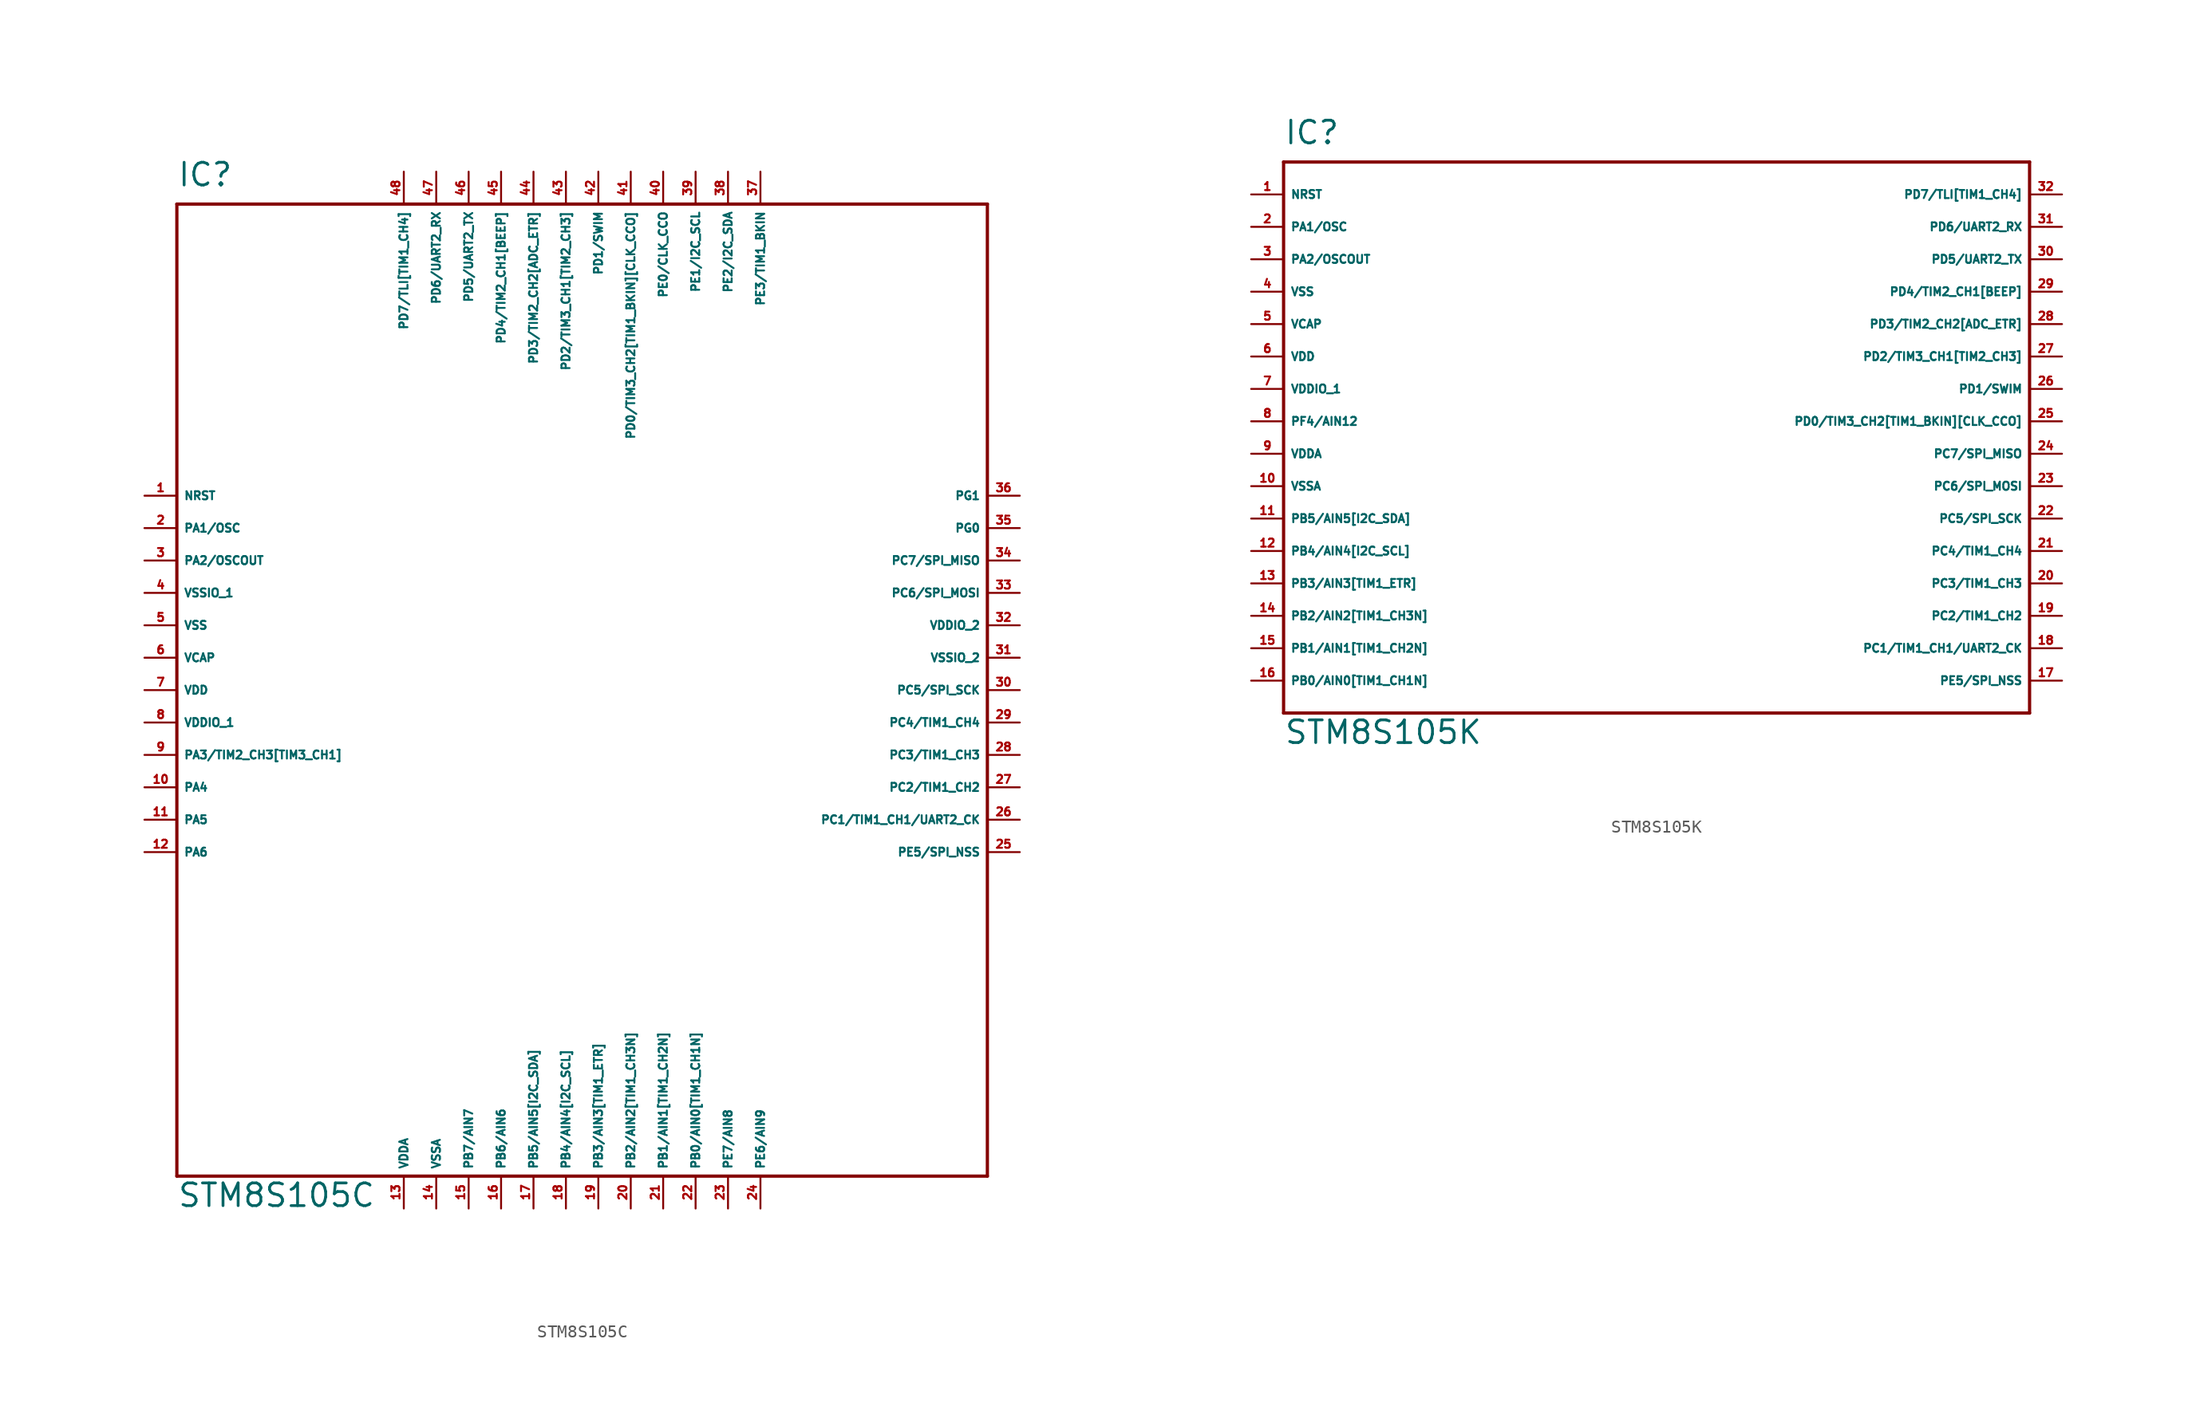
<source format=kicad_sym>
(kicad_symbol_lib
  (version 20220914)
  (generator Eagle2Kicad)
  (symbol "STM8S105C"
    (property "Reference" "IC"
      (at -33.02 36.83 0)
      (effects (font (size 1.778 1.778) (thickness 0.22)) (justify left bottom)))
    (property "Value" "STM8S105C"
      (at -33.02 -43.18 0)
      (effects (font (size 1.778 1.778) (thickness 0.22)) (justify left bottom)))
    (polyline
      (pts (xy -33.02 -40.64) (xy 30.48 -40.64))
      (stroke (width 0.254) (type default))
      (fill (type none)))
    (polyline
      (pts (xy 30.48 -40.64) (xy 30.48 35.56))
      (stroke (width 0.254) (type default))
      (fill (type none)))
    (polyline
      (pts (xy 30.48 35.56) (xy -33.02 35.56))
      (stroke (width 0.254) (type default))
      (fill (type none)))
    (polyline
      (pts (xy -33.02 35.56) (xy -33.02 -40.64))
      (stroke (width 0.254) (type default))
      (fill (type none)))
    (pin bidirectional line
      (at -35.56 12.7 0)
      (length 2.54)
      (name "NRST" (effects (font (size 0.635 0.635) (thickness 0.08)) (justify left bottom)))
      (number "1" (effects (font (size 0.635 0.635) (thickness 0.08)) (justify left bottom))))
    (pin bidirectional line
      (at -35.56 10.16 0)
      (length 2.54)
      (name "PA1/OSC" (effects (font (size 0.635 0.635) (thickness 0.08)) (justify left bottom)))
      (number "2" (effects (font (size 0.635 0.635) (thickness 0.08)) (justify left bottom))))
    (pin bidirectional line
      (at -35.56 7.62 0)
      (length 2.54)
      (name "PA2/OSCOUT" (effects (font (size 0.635 0.635) (thickness 0.08)) (justify left bottom)))
      (number "3" (effects (font (size 0.635 0.635) (thickness 0.08)) (justify left bottom))))
    (pin unspecified line
      (at -35.56 5.08 0)
      (length 2.54)
      (name "VSSIO_1" (effects (font (size 0.635 0.635) (thickness 0.08)) (justify left bottom)))
      (number "4" (effects (font (size 0.635 0.635) (thickness 0.08)) (justify left bottom))))
    (pin unspecified line
      (at -35.56 2.54 0)
      (length 2.54)
      (name "VSS" (effects (font (size 0.635 0.635) (thickness 0.08)) (justify left bottom)))
      (number "5" (effects (font (size 0.635 0.635) (thickness 0.08)) (justify left bottom))))
    (pin unspecified line
      (at -35.56 0 0)
      (length 2.54)
      (name "VCAP" (effects (font (size 0.635 0.635) (thickness 0.08)) (justify left bottom)))
      (number "6" (effects (font (size 0.635 0.635) (thickness 0.08)) (justify left bottom))))
    (pin unspecified line
      (at -35.56 -2.54 0)
      (length 2.54)
      (name "VDD" (effects (font (size 0.635 0.635) (thickness 0.08)) (justify left bottom)))
      (number "7" (effects (font (size 0.635 0.635) (thickness 0.08)) (justify left bottom))))
    (pin unspecified line
      (at -35.56 -5.08 0)
      (length 2.54)
      (name "VDDIO_1" (effects (font (size 0.635 0.635) (thickness 0.08)) (justify left bottom)))
      (number "8" (effects (font (size 0.635 0.635) (thickness 0.08)) (justify left bottom))))
    (pin bidirectional line
      (at -35.56 -7.62 0)
      (length 2.54)
      (name "PA3/TIM2_CH3[TIM3_CH1]" (effects (font (size 0.635 0.635) (thickness 0.08)) (justify left bottom)))
      (number "9" (effects (font (size 0.635 0.635) (thickness 0.08)) (justify left bottom))))
    (pin bidirectional line
      (at -35.56 -10.16 0)
      (length 2.54)
      (name "PA4" (effects (font (size 0.635 0.635) (thickness 0.08)) (justify left bottom)))
      (number "10" (effects (font (size 0.635 0.635) (thickness 0.08)) (justify left bottom))))
    (pin bidirectional line
      (at -35.56 -12.7 0)
      (length 2.54)
      (name "PA5" (effects (font (size 0.635 0.635) (thickness 0.08)) (justify left bottom)))
      (number "11" (effects (font (size 0.635 0.635) (thickness 0.08)) (justify left bottom))))
    (pin bidirectional line
      (at -35.56 -15.24 0)
      (length 2.54)
      (name "PA6" (effects (font (size 0.635 0.635) (thickness 0.08)) (justify left bottom)))
      (number "12" (effects (font (size 0.635 0.635) (thickness 0.08)) (justify left bottom))))
    (pin unspecified line
      (at -15.24 -43.18 90)
      (length 2.54)
      (name "VDDA" (effects (font (size 0.635 0.635) (thickness 0.08)) (justify left bottom)))
      (number "13" (effects (font (size 0.635 0.635) (thickness 0.08)) (justify left bottom))))
    (pin unspecified line
      (at -12.7 -43.18 90)
      (length 2.54)
      (name "VSSA" (effects (font (size 0.635 0.635) (thickness 0.08)) (justify left bottom)))
      (number "14" (effects (font (size 0.635 0.635) (thickness 0.08)) (justify left bottom))))
    (pin bidirectional line
      (at -10.16 -43.18 90)
      (length 2.54)
      (name "PB7/AIN7" (effects (font (size 0.635 0.635) (thickness 0.08)) (justify left bottom)))
      (number "15" (effects (font (size 0.635 0.635) (thickness 0.08)) (justify left bottom))))
    (pin bidirectional line
      (at -7.62 -43.18 90)
      (length 2.54)
      (name "PB6/AIN6" (effects (font (size 0.635 0.635) (thickness 0.08)) (justify left bottom)))
      (number "16" (effects (font (size 0.635 0.635) (thickness 0.08)) (justify left bottom))))
    (pin bidirectional line
      (at -5.08 -43.18 90)
      (length 2.54)
      (name "PB5/AIN5[I2C_SDA]" (effects (font (size 0.635 0.635) (thickness 0.08)) (justify left bottom)))
      (number "17" (effects (font (size 0.635 0.635) (thickness 0.08)) (justify left bottom))))
    (pin bidirectional line
      (at -2.54 -43.18 90)
      (length 2.54)
      (name "PB4/AIN4[I2C_SCL]" (effects (font (size 0.635 0.635) (thickness 0.08)) (justify left bottom)))
      (number "18" (effects (font (size 0.635 0.635) (thickness 0.08)) (justify left bottom))))
    (pin bidirectional line
      (at 0 -43.18 90)
      (length 2.54)
      (name "PB3/AIN3[TIM1_ETR]" (effects (font (size 0.635 0.635) (thickness 0.08)) (justify left bottom)))
      (number "19" (effects (font (size 0.635 0.635) (thickness 0.08)) (justify left bottom))))
    (pin bidirectional line
      (at 2.54 -43.18 90)
      (length 2.54)
      (name "PB2/AIN2[TIM1_CH3N]" (effects (font (size 0.635 0.635) (thickness 0.08)) (justify left bottom)))
      (number "20" (effects (font (size 0.635 0.635) (thickness 0.08)) (justify left bottom))))
    (pin bidirectional line
      (at 5.08 -43.18 90)
      (length 2.54)
      (name "PB1/AIN1[TIM1_CH2N]" (effects (font (size 0.635 0.635) (thickness 0.08)) (justify left bottom)))
      (number "21" (effects (font (size 0.635 0.635) (thickness 0.08)) (justify left bottom))))
    (pin bidirectional line
      (at 7.62 -43.18 90)
      (length 2.54)
      (name "PB0/AIN0[TIM1_CH1N]" (effects (font (size 0.635 0.635) (thickness 0.08)) (justify left bottom)))
      (number "22" (effects (font (size 0.635 0.635) (thickness 0.08)) (justify left bottom))))
    (pin bidirectional line
      (at 10.16 -43.18 90)
      (length 2.54)
      (name "PE7/AIN8" (effects (font (size 0.635 0.635) (thickness 0.08)) (justify left bottom)))
      (number "23" (effects (font (size 0.635 0.635) (thickness 0.08)) (justify left bottom))))
    (pin bidirectional line
      (at 12.7 -43.18 90)
      (length 2.54)
      (name "PE6/AIN9" (effects (font (size 0.635 0.635) (thickness 0.08)) (justify left bottom)))
      (number "24" (effects (font (size 0.635 0.635) (thickness 0.08)) (justify left bottom))))
    (pin bidirectional line
      (at 33.02 -15.24 180)
      (length 2.54)
      (name "PE5/SPI_NSS" (effects (font (size 0.635 0.635) (thickness 0.08)) (justify left bottom)))
      (number "25" (effects (font (size 0.635 0.635) (thickness 0.08)) (justify left bottom))))
    (pin bidirectional line
      (at 33.02 -12.7 180)
      (length 2.54)
      (name "PC1/TIM1_CH1/UART2_CK" (effects (font (size 0.635 0.635) (thickness 0.08)) (justify left bottom)))
      (number "26" (effects (font (size 0.635 0.635) (thickness 0.08)) (justify left bottom))))
    (pin bidirectional line
      (at 33.02 -10.16 180)
      (length 2.54)
      (name "PC2/TIM1_CH2" (effects (font (size 0.635 0.635) (thickness 0.08)) (justify left bottom)))
      (number "27" (effects (font (size 0.635 0.635) (thickness 0.08)) (justify left bottom))))
    (pin bidirectional line
      (at 33.02 -7.62 180)
      (length 2.54)
      (name "PC3/TIM1_CH3" (effects (font (size 0.635 0.635) (thickness 0.08)) (justify left bottom)))
      (number "28" (effects (font (size 0.635 0.635) (thickness 0.08)) (justify left bottom))))
    (pin bidirectional line
      (at 33.02 -5.08 180)
      (length 2.54)
      (name "PC4/TIM1_CH4" (effects (font (size 0.635 0.635) (thickness 0.08)) (justify left bottom)))
      (number "29" (effects (font (size 0.635 0.635) (thickness 0.08)) (justify left bottom))))
    (pin bidirectional line
      (at 33.02 -2.54 180)
      (length 2.54)
      (name "PC5/SPI_SCK" (effects (font (size 0.635 0.635) (thickness 0.08)) (justify left bottom)))
      (number "30" (effects (font (size 0.635 0.635) (thickness 0.08)) (justify left bottom))))
    (pin unspecified line
      (at 33.02 0 180)
      (length 2.54)
      (name "VSSIO_2" (effects (font (size 0.635 0.635) (thickness 0.08)) (justify left bottom)))
      (number "31" (effects (font (size 0.635 0.635) (thickness 0.08)) (justify left bottom))))
    (pin unspecified line
      (at 33.02 2.54 180)
      (length 2.54)
      (name "VDDIO_2" (effects (font (size 0.635 0.635) (thickness 0.08)) (justify left bottom)))
      (number "32" (effects (font (size 0.635 0.635) (thickness 0.08)) (justify left bottom))))
    (pin bidirectional line
      (at 33.02 5.08 180)
      (length 2.54)
      (name "PC6/SPI_MOSI" (effects (font (size 0.635 0.635) (thickness 0.08)) (justify left bottom)))
      (number "33" (effects (font (size 0.635 0.635) (thickness 0.08)) (justify left bottom))))
    (pin bidirectional line
      (at 33.02 7.62 180)
      (length 2.54)
      (name "PC7/SPI_MISO" (effects (font (size 0.635 0.635) (thickness 0.08)) (justify left bottom)))
      (number "34" (effects (font (size 0.635 0.635) (thickness 0.08)) (justify left bottom))))
    (pin bidirectional line
      (at 33.02 10.16 180)
      (length 2.54)
      (name "PG0" (effects (font (size 0.635 0.635) (thickness 0.08)) (justify left bottom)))
      (number "35" (effects (font (size 0.635 0.635) (thickness 0.08)) (justify left bottom))))
    (pin bidirectional line
      (at 33.02 12.7 180)
      (length 2.54)
      (name "PG1" (effects (font (size 0.635 0.635) (thickness 0.08)) (justify left bottom)))
      (number "36" (effects (font (size 0.635 0.635) (thickness 0.08)) (justify left bottom))))
    (pin bidirectional line
      (at 12.7 38.1 270)
      (length 2.54)
      (name "PE3/TIM1_BKIN" (effects (font (size 0.635 0.635) (thickness 0.08)) (justify left bottom)))
      (number "37" (effects (font (size 0.635 0.635) (thickness 0.08)) (justify left bottom))))
    (pin bidirectional line
      (at 10.16 38.1 270)
      (length 2.54)
      (name "PE2/I2C_SDA" (effects (font (size 0.635 0.635) (thickness 0.08)) (justify left bottom)))
      (number "38" (effects (font (size 0.635 0.635) (thickness 0.08)) (justify left bottom))))
    (pin bidirectional line
      (at 7.62 38.1 270)
      (length 2.54)
      (name "PE1/I2C_SCL" (effects (font (size 0.635 0.635) (thickness 0.08)) (justify left bottom)))
      (number "39" (effects (font (size 0.635 0.635) (thickness 0.08)) (justify left bottom))))
    (pin bidirectional line
      (at 5.08 38.1 270)
      (length 2.54)
      (name "PE0/CLK_CCO" (effects (font (size 0.635 0.635) (thickness 0.08)) (justify left bottom)))
      (number "40" (effects (font (size 0.635 0.635) (thickness 0.08)) (justify left bottom))))
    (pin bidirectional line
      (at 2.54 38.1 270)
      (length 2.54)
      (name "PD0/TIM3_CH2[TIM1_BKIN][CLK_CCO]" (effects (font (size 0.635 0.635) (thickness 0.08)) (justify left bottom)))
      (number "41" (effects (font (size 0.635 0.635) (thickness 0.08)) (justify left bottom))))
    (pin bidirectional line
      (at 0 38.1 270)
      (length 2.54)
      (name "PD1/SWIM" (effects (font (size 0.635 0.635) (thickness 0.08)) (justify left bottom)))
      (number "42" (effects (font (size 0.635 0.635) (thickness 0.08)) (justify left bottom))))
    (pin bidirectional line
      (at -2.54 38.1 270)
      (length 2.54)
      (name "PD2/TIM3_CH1[TIM2_CH3]" (effects (font (size 0.635 0.635) (thickness 0.08)) (justify left bottom)))
      (number "43" (effects (font (size 0.635 0.635) (thickness 0.08)) (justify left bottom))))
    (pin bidirectional line
      (at -5.08 38.1 270)
      (length 2.54)
      (name "PD3/TIM2_CH2[ADC_ETR]" (effects (font (size 0.635 0.635) (thickness 0.08)) (justify left bottom)))
      (number "44" (effects (font (size 0.635 0.635) (thickness 0.08)) (justify left bottom))))
    (pin bidirectional line
      (at -7.62 38.1 270)
      (length 2.54)
      (name "PD4/TIM2_CH1[BEEP]" (effects (font (size 0.635 0.635) (thickness 0.08)) (justify left bottom)))
      (number "45" (effects (font (size 0.635 0.635) (thickness 0.08)) (justify left bottom))))
    (pin bidirectional line
      (at -10.16 38.1 270)
      (length 2.54)
      (name "PD5/UART2_TX" (effects (font (size 0.635 0.635) (thickness 0.08)) (justify left bottom)))
      (number "46" (effects (font (size 0.635 0.635) (thickness 0.08)) (justify left bottom))))
    (pin bidirectional line
      (at -12.7 38.1 270)
      (length 2.54)
      (name "PD6/UART2_RX" (effects (font (size 0.635 0.635) (thickness 0.08)) (justify left bottom)))
      (number "47" (effects (font (size 0.635 0.635) (thickness 0.08)) (justify left bottom))))
    (pin bidirectional line
      (at -15.24 38.1 270)
      (length 2.54)
      (name "PD7/TLI[TIM1_CH4]" (effects (font (size 0.635 0.635) (thickness 0.08)) (justify left bottom)))
      (number "48" (effects (font (size 0.635 0.635) (thickness 0.08)) (justify left bottom)))))
  (symbol "STM8S105K"
    (property "Reference" "IC"
      (at -30.48 21.59 0)
      (effects (font (size 1.778 1.778) (thickness 0.22)) (justify left bottom)))
    (property "Value" "STM8S105K"
      (at -30.48 -25.4 0)
      (effects (font (size 1.778 1.778) (thickness 0.22)) (justify left bottom)))
    (polyline
      (pts (xy -30.48 -22.86) (xy 27.94 -22.86))
      (stroke (width 0.254) (type default))
      (fill (type none)))
    (polyline
      (pts (xy 27.94 -22.86) (xy 27.94 20.32))
      (stroke (width 0.254) (type default))
      (fill (type none)))
    (polyline
      (pts (xy 27.94 20.32) (xy -30.48 20.32))
      (stroke (width 0.254) (type default))
      (fill (type none)))
    (polyline
      (pts (xy -30.48 20.32) (xy -30.48 -22.86))
      (stroke (width 0.254) (type default))
      (fill (type none)))
    (pin bidirectional line
      (at -33.02 17.78 0)
      (length 2.54)
      (name "NRST" (effects (font (size 0.635 0.635) (thickness 0.08)) (justify left bottom)))
      (number "1" (effects (font (size 0.635 0.635) (thickness 0.08)) (justify left bottom))))
    (pin bidirectional line
      (at -33.02 15.24 0)
      (length 2.54)
      (name "PA1/OSC" (effects (font (size 0.635 0.635) (thickness 0.08)) (justify left bottom)))
      (number "2" (effects (font (size 0.635 0.635) (thickness 0.08)) (justify left bottom))))
    (pin bidirectional line
      (at -33.02 12.7 0)
      (length 2.54)
      (name "PA2/OSCOUT" (effects (font (size 0.635 0.635) (thickness 0.08)) (justify left bottom)))
      (number "3" (effects (font (size 0.635 0.635) (thickness 0.08)) (justify left bottom))))
    (pin unspecified line
      (at -33.02 10.16 0)
      (length 2.54)
      (name "VSS" (effects (font (size 0.635 0.635) (thickness 0.08)) (justify left bottom)))
      (number "4" (effects (font (size 0.635 0.635) (thickness 0.08)) (justify left bottom))))
    (pin unspecified line
      (at -33.02 7.62 0)
      (length 2.54)
      (name "VCAP" (effects (font (size 0.635 0.635) (thickness 0.08)) (justify left bottom)))
      (number "5" (effects (font (size 0.635 0.635) (thickness 0.08)) (justify left bottom))))
    (pin unspecified line
      (at -33.02 5.08 0)
      (length 2.54)
      (name "VDD" (effects (font (size 0.635 0.635) (thickness 0.08)) (justify left bottom)))
      (number "6" (effects (font (size 0.635 0.635) (thickness 0.08)) (justify left bottom))))
    (pin unspecified line
      (at -33.02 2.54 0)
      (length 2.54)
      (name "VDDIO_1" (effects (font (size 0.635 0.635) (thickness 0.08)) (justify left bottom)))
      (number "7" (effects (font (size 0.635 0.635) (thickness 0.08)) (justify left bottom))))
    (pin bidirectional line
      (at -33.02 0 0)
      (length 2.54)
      (name "PF4/AIN12" (effects (font (size 0.635 0.635) (thickness 0.08)) (justify left bottom)))
      (number "8" (effects (font (size 0.635 0.635) (thickness 0.08)) (justify left bottom))))
    (pin unspecified line
      (at -33.02 -2.54 0)
      (length 2.54)
      (name "VDDA" (effects (font (size 0.635 0.635) (thickness 0.08)) (justify left bottom)))
      (number "9" (effects (font (size 0.635 0.635) (thickness 0.08)) (justify left bottom))))
    (pin unspecified line
      (at -33.02 -5.08 0)
      (length 2.54)
      (name "VSSA" (effects (font (size 0.635 0.635) (thickness 0.08)) (justify left bottom)))
      (number "10" (effects (font (size 0.635 0.635) (thickness 0.08)) (justify left bottom))))
    (pin bidirectional line
      (at -33.02 -7.62 0)
      (length 2.54)
      (name "PB5/AIN5[I2C_SDA]" (effects (font (size 0.635 0.635) (thickness 0.08)) (justify left bottom)))
      (number "11" (effects (font (size 0.635 0.635) (thickness 0.08)) (justify left bottom))))
    (pin bidirectional line
      (at -33.02 -10.16 0)
      (length 2.54)
      (name "PB4/AIN4[I2C_SCL]" (effects (font (size 0.635 0.635) (thickness 0.08)) (justify left bottom)))
      (number "12" (effects (font (size 0.635 0.635) (thickness 0.08)) (justify left bottom))))
    (pin bidirectional line
      (at -33.02 -12.7 0)
      (length 2.54)
      (name "PB3/AIN3[TIM1_ETR]" (effects (font (size 0.635 0.635) (thickness 0.08)) (justify left bottom)))
      (number "13" (effects (font (size 0.635 0.635) (thickness 0.08)) (justify left bottom))))
    (pin bidirectional line
      (at -33.02 -15.24 0)
      (length 2.54)
      (name "PB2/AIN2[TIM1_CH3N]" (effects (font (size 0.635 0.635) (thickness 0.08)) (justify left bottom)))
      (number "14" (effects (font (size 0.635 0.635) (thickness 0.08)) (justify left bottom))))
    (pin bidirectional line
      (at -33.02 -17.78 0)
      (length 2.54)
      (name "PB1/AIN1[TIM1_CH2N]" (effects (font (size 0.635 0.635) (thickness 0.08)) (justify left bottom)))
      (number "15" (effects (font (size 0.635 0.635) (thickness 0.08)) (justify left bottom))))
    (pin bidirectional line
      (at -33.02 -20.32 0)
      (length 2.54)
      (name "PB0/AIN0[TIM1_CH1N]" (effects (font (size 0.635 0.635) (thickness 0.08)) (justify left bottom)))
      (number "16" (effects (font (size 0.635 0.635) (thickness 0.08)) (justify left bottom))))
    (pin bidirectional line
      (at 30.48 -20.32 180)
      (length 2.54)
      (name "PE5/SPI_NSS" (effects (font (size 0.635 0.635) (thickness 0.08)) (justify left bottom)))
      (number "17" (effects (font (size 0.635 0.635) (thickness 0.08)) (justify left bottom))))
    (pin bidirectional line
      (at 30.48 -17.78 180)
      (length 2.54)
      (name "PC1/TIM1_CH1/UART2_CK" (effects (font (size 0.635 0.635) (thickness 0.08)) (justify left bottom)))
      (number "18" (effects (font (size 0.635 0.635) (thickness 0.08)) (justify left bottom))))
    (pin bidirectional line
      (at 30.48 -15.24 180)
      (length 2.54)
      (name "PC2/TIM1_CH2" (effects (font (size 0.635 0.635) (thickness 0.08)) (justify left bottom)))
      (number "19" (effects (font (size 0.635 0.635) (thickness 0.08)) (justify left bottom))))
    (pin bidirectional line
      (at 30.48 -12.7 180)
      (length 2.54)
      (name "PC3/TIM1_CH3" (effects (font (size 0.635 0.635) (thickness 0.08)) (justify left bottom)))
      (number "20" (effects (font (size 0.635 0.635) (thickness 0.08)) (justify left bottom))))
    (pin bidirectional line
      (at 30.48 -10.16 180)
      (length 2.54)
      (name "PC4/TIM1_CH4" (effects (font (size 0.635 0.635) (thickness 0.08)) (justify left bottom)))
      (number "21" (effects (font (size 0.635 0.635) (thickness 0.08)) (justify left bottom))))
    (pin bidirectional line
      (at 30.48 -7.62 180)
      (length 2.54)
      (name "PC5/SPI_SCK" (effects (font (size 0.635 0.635) (thickness 0.08)) (justify left bottom)))
      (number "22" (effects (font (size 0.635 0.635) (thickness 0.08)) (justify left bottom))))
    (pin bidirectional line
      (at 30.48 -5.08 180)
      (length 2.54)
      (name "PC6/SPI_MOSI" (effects (font (size 0.635 0.635) (thickness 0.08)) (justify left bottom)))
      (number "23" (effects (font (size 0.635 0.635) (thickness 0.08)) (justify left bottom))))
    (pin bidirectional line
      (at 30.48 -2.54 180)
      (length 2.54)
      (name "PC7/SPI_MISO" (effects (font (size 0.635 0.635) (thickness 0.08)) (justify left bottom)))
      (number "24" (effects (font (size 0.635 0.635) (thickness 0.08)) (justify left bottom))))
    (pin bidirectional line
      (at 30.48 0 180)
      (length 2.54)
      (name "PD0/TIM3_CH2[TIM1_BKIN][CLK_CCO]" (effects (font (size 0.635 0.635) (thickness 0.08)) (justify left bottom)))
      (number "25" (effects (font (size 0.635 0.635) (thickness 0.08)) (justify left bottom))))
    (pin bidirectional line
      (at 30.48 2.54 180)
      (length 2.54)
      (name "PD1/SWIM" (effects (font (size 0.635 0.635) (thickness 0.08)) (justify left bottom)))
      (number "26" (effects (font (size 0.635 0.635) (thickness 0.08)) (justify left bottom))))
    (pin bidirectional line
      (at 30.48 5.08 180)
      (length 2.54)
      (name "PD2/TIM3_CH1[TIM2_CH3]" (effects (font (size 0.635 0.635) (thickness 0.08)) (justify left bottom)))
      (number "27" (effects (font (size 0.635 0.635) (thickness 0.08)) (justify left bottom))))
    (pin bidirectional line
      (at 30.48 7.62 180)
      (length 2.54)
      (name "PD3/TIM2_CH2[ADC_ETR]" (effects (font (size 0.635 0.635) (thickness 0.08)) (justify left bottom)))
      (number "28" (effects (font (size 0.635 0.635) (thickness 0.08)) (justify left bottom))))
    (pin bidirectional line
      (at 30.48 10.16 180)
      (length 2.54)
      (name "PD4/TIM2_CH1[BEEP]" (effects (font (size 0.635 0.635) (thickness 0.08)) (justify left bottom)))
      (number "29" (effects (font (size 0.635 0.635) (thickness 0.08)) (justify left bottom))))
    (pin bidirectional line
      (at 30.48 12.7 180)
      (length 2.54)
      (name "PD5/UART2_TX" (effects (font (size 0.635 0.635) (thickness 0.08)) (justify left bottom)))
      (number "30" (effects (font (size 0.635 0.635) (thickness 0.08)) (justify left bottom))))
    (pin bidirectional line
      (at 30.48 15.24 180)
      (length 2.54)
      (name "PD6/UART2_RX" (effects (font (size 0.635 0.635) (thickness 0.08)) (justify left bottom)))
      (number "31" (effects (font (size 0.635 0.635) (thickness 0.08)) (justify left bottom))))
    (pin bidirectional line
      (at 30.48 17.78 180)
      (length 2.54)
      (name "PD7/TLI[TIM1_CH4]" (effects (font (size 0.635 0.635) (thickness 0.08)) (justify left bottom)))
      (number "32" (effects (font (size 0.635 0.635) (thickness 0.08)) (justify left bottom))))))
</source>
